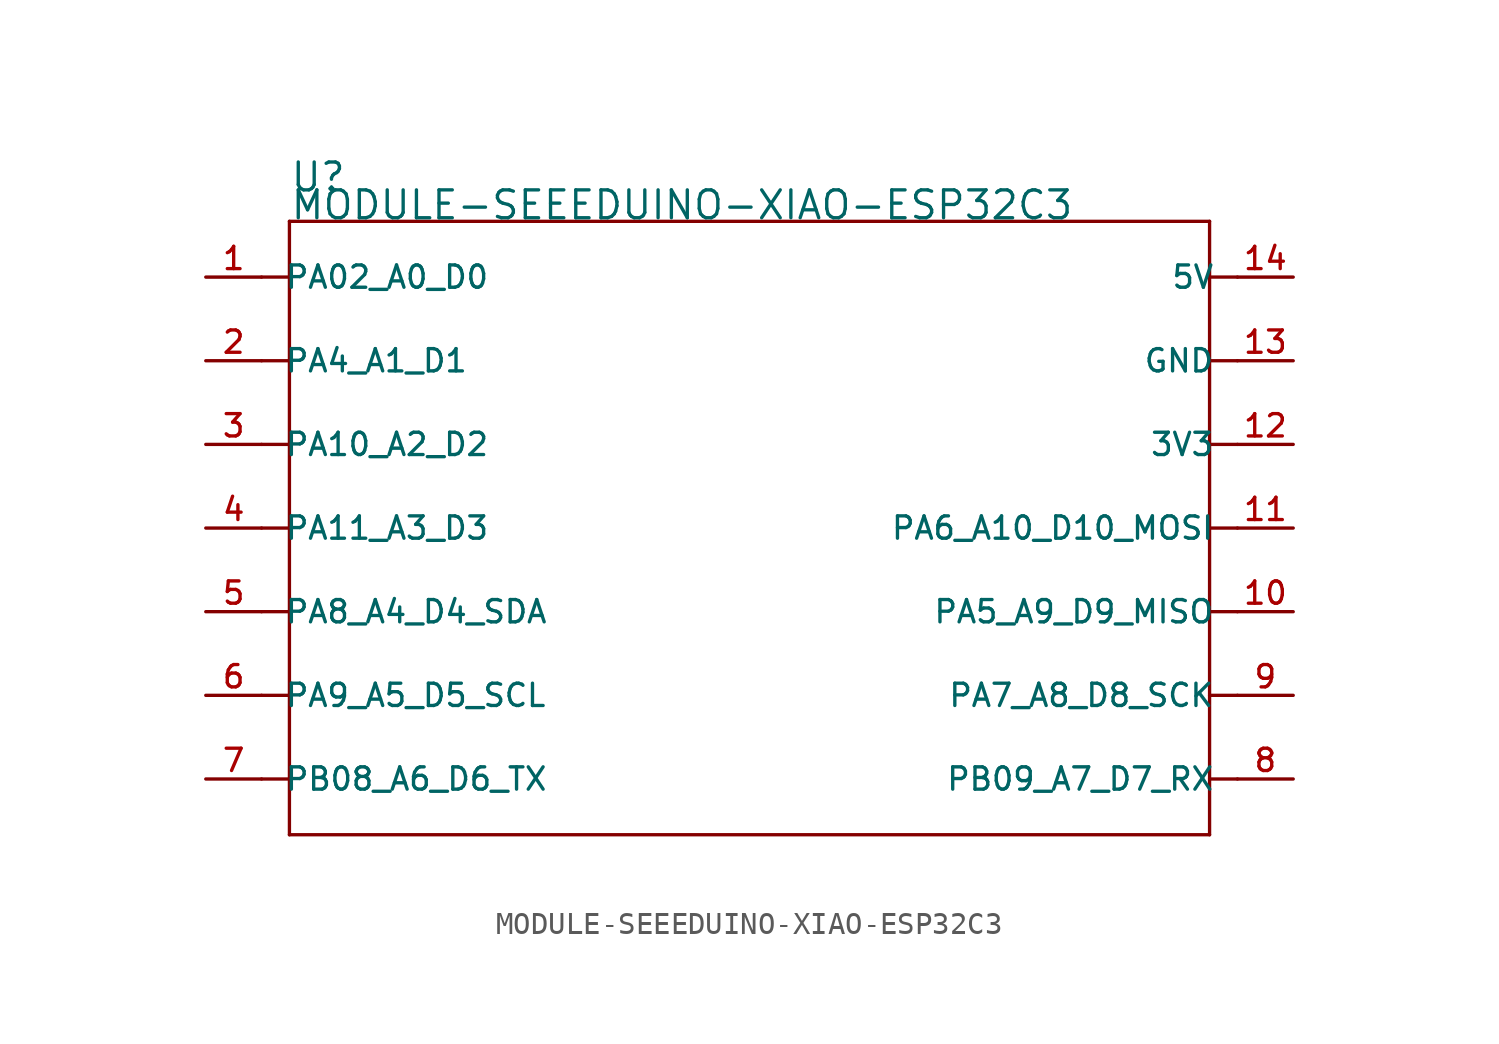
<source format=kicad_sym>
(kicad_symbol_lib
  (version 20241209)
  (generator "kicad_symbol_editor")
  (generator_version "9.0")
  (symbol "MODULE-SEEEDUINO-XIAO-ESP32C3"
    (pin_names
      (offset 1.016))
    (property "Reference" "U"
      (at -21.59 15.24 0)
      (effects (font (size 1.27 1.27)) (justify left bottom)))
    (property "Value" "MODULE-SEEEDUINO-XIAO-ESP32C3"
      (at -21.59 13.97 0)
      (effects (font (size 1.27 1.27)) (justify left bottom)))
    (symbol "MODULE-SEEEDUINO-XIAO-ESP32C3_0_0"
      (polyline (pts (xy -21.59 13.97) (xy 20.32 13.97)) (stroke (width 0.152) (type default)) (fill (type none)))
      (polyline (pts (xy -21.59 11.43) (xy -22.86 11.43)) (stroke (width 0.152) (type default)) (fill (type none)))
      (polyline (pts (xy -21.59 11.43) (xy -21.59 13.97)) (stroke (width 0.152) (type default)) (fill (type none)))
      (polyline (pts (xy -21.59 7.62) (xy -22.86 7.62)) (stroke (width 0.152) (type default)) (fill (type none)))
      (polyline (pts (xy -21.59 7.62) (xy -21.59 11.43)) (stroke (width 0.152) (type default)) (fill (type none)))
      (polyline (pts (xy -21.59 3.81) (xy -22.86 3.81)) (stroke (width 0.152) (type default)) (fill (type none)))
      (polyline (pts (xy -21.59 3.81) (xy -21.59 7.62)) (stroke (width 0.152) (type default)) (fill (type none)))
      (polyline (pts (xy -21.59 0) (xy -22.86 0)) (stroke (width 0.152) (type default)) (fill (type none)))
      (polyline (pts (xy -21.59 0) (xy -21.59 3.81)) (stroke (width 0.152) (type default)) (fill (type none)))
      (polyline (pts (xy -21.59 -3.81) (xy -22.86 -3.81)) (stroke (width 0.152) (type default)) (fill (type none)))
      (polyline (pts (xy -21.59 -7.62) (xy -22.86 -7.62)) (stroke (width 0.152) (type default)) (fill (type none)))
      (polyline (pts (xy -21.59 -11.43) (xy -22.86 -11.43)) (stroke (width 0.152) (type default)) (fill (type none)))
      (polyline (pts (xy -21.59 -13.97) (xy -21.59 0)) (stroke (width 0.152) (type default)) (fill (type none)))
      (polyline (pts (xy 20.32 13.97) (xy 20.32 11.43)) (stroke (width 0.152) (type default)) (fill (type none)))
      (polyline (pts (xy 20.32 11.43) (xy 20.32 7.62)) (stroke (width 0.152) (type default)) (fill (type none)))
      (polyline (pts (xy 20.32 7.62) (xy 20.32 3.81)) (stroke (width 0.152) (type default)) (fill (type none)))
      (polyline (pts (xy 20.32 3.81) (xy 20.32 -13.97)) (stroke (width 0.152) (type default)) (fill (type none)))
      (polyline (pts (xy 20.32 -13.97) (xy -21.59 -13.97)) (stroke (width 0.152) (type default)) (fill (type none)))
      (polyline (pts (xy 21.59 11.43) (xy 20.32 11.43)) (stroke (width 0.152) (type default)) (fill (type none)))
      (polyline (pts (xy 21.59 7.62) (xy 20.32 7.62)) (stroke (width 0.152) (type default)) (fill (type none)))
      (polyline (pts (xy 21.59 3.81) (xy 20.32 3.81)) (stroke (width 0.152) (type default)) (fill (type none)))
      (polyline (pts (xy 21.59 0) (xy 20.32 0)) (stroke (width 0.152) (type default)) (fill (type none)))
      (polyline (pts (xy 21.59 -3.81) (xy 20.32 -3.81)) (stroke (width 0.152) (type default)) (fill (type none)))
      (polyline (pts (xy 21.59 -7.62) (xy 20.32 -7.62)) (stroke (width 0.152) (type default)) (fill (type none)))
      (polyline (pts (xy 21.59 -11.43) (xy 20.32 -11.43)) (stroke (width 0.152) (type default)) (fill (type none)))
      (pin bidirectional line (at -25.4 11.43 0) (length 2.54) (name "PA02_A0_D0" (effects (font (size 1.016 1.016)))) (number "1" (effects (font (size 1.016 1.016)))))
      (pin bidirectional line (at -25.4 7.62 0) (length 2.54) (name "PA4_A1_D1" (effects (font (size 1.016 1.016)))) (number "2" (effects (font (size 1.016 1.016)))))
      (pin bidirectional line (at -25.4 3.81 0) (length 2.54) (name "PA10_A2_D2" (effects (font (size 1.016 1.016)))) (number "3" (effects (font (size 1.016 1.016)))))
      (pin bidirectional line (at -25.4 0 0) (length 2.54) (name "PA11_A3_D3" (effects (font (size 1.016 1.016)))) (number "4" (effects (font (size 1.016 1.016)))))
      (pin bidirectional line (at -25.4 -3.81 0) (length 2.54) (name "PA8_A4_D4_SDA" (effects (font (size 1.016 1.016)))) (number "5" (effects (font (size 1.016 1.016)))))
      (pin bidirectional line (at -25.4 -7.62 0) (length 2.54) (name "PA9_A5_D5_SCL" (effects (font (size 1.016 1.016)))) (number "6" (effects (font (size 1.016 1.016)))))
      (pin bidirectional line (at -25.4 -11.43 0) (length 2.54) (name "PB08_A6_D6_TX" (effects (font (size 1.016 1.016)))) (number "7" (effects (font (size 1.016 1.016)))))
      (pin bidirectional line (at 24.13 11.43 180) (length 2.54) (name "5V" (effects (font (size 1.016 1.016)))) (number "14" (effects (font (size 1.016 1.016)))))
      (pin bidirectional line (at 24.13 7.62 180) (length 2.54) (name "GND" (effects (font (size 1.016 1.016)))) (number "13" (effects (font (size 1.016 1.016)))))
      (pin bidirectional line (at 24.13 3.81 180) (length 2.54) (name "3V3" (effects (font (size 1.016 1.016)))) (number "12" (effects (font (size 1.016 1.016)))))
      (pin bidirectional line (at 24.13 0 180) (length 2.54) (name "PA6_A10_D10_MOSI" (effects (font (size 1.016 1.016)))) (number "11" (effects (font (size 1.016 1.016)))))
      (pin bidirectional line (at 24.13 -3.81 180) (length 2.54) (name "PA5_A9_D9_MISO" (effects (font (size 1.016 1.016)))) (number "10" (effects (font (size 1.016 1.016)))))
      (pin bidirectional line (at 24.13 -7.62 180) (length 2.54) (name "PA7_A8_D8_SCK" (effects (font (size 1.016 1.016)))) (number "9" (effects (font (size 1.016 1.016)))))
      (pin bidirectional line (at 24.13 -11.43 180) (length 2.54) (name "PB09_A7_D7_RX" (effects (font (size 1.016 1.016)))) (number "8" (effects (font (size 1.016 1.016))))))))
</source>
